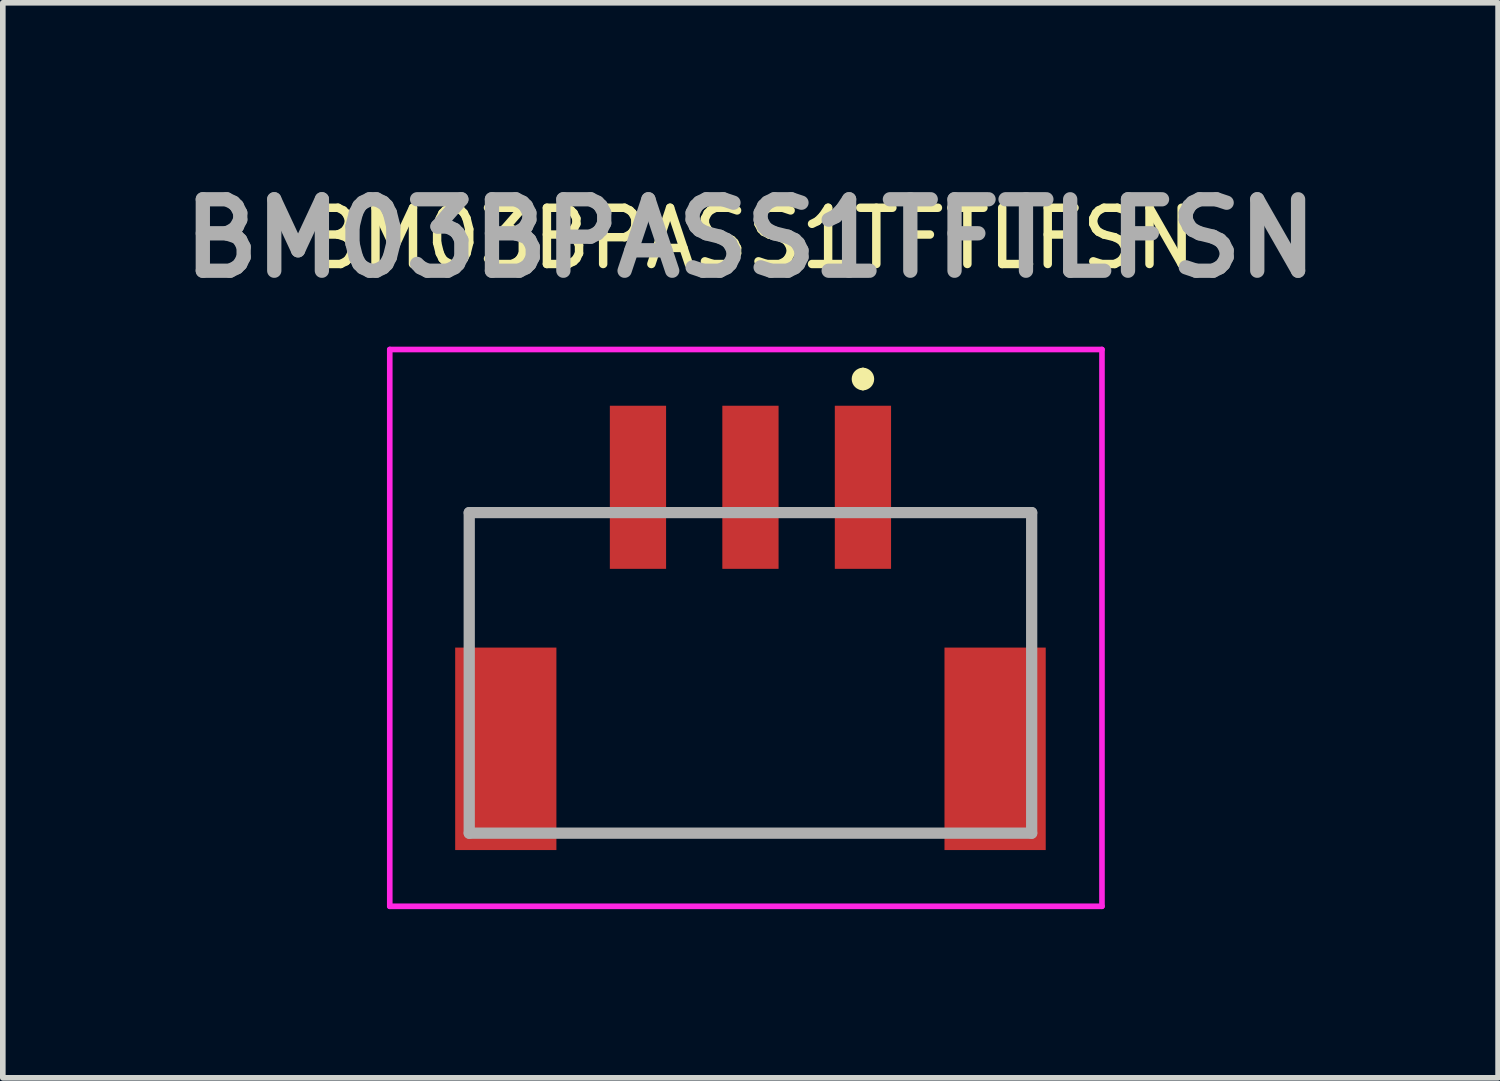
<source format=kicad_pcb>
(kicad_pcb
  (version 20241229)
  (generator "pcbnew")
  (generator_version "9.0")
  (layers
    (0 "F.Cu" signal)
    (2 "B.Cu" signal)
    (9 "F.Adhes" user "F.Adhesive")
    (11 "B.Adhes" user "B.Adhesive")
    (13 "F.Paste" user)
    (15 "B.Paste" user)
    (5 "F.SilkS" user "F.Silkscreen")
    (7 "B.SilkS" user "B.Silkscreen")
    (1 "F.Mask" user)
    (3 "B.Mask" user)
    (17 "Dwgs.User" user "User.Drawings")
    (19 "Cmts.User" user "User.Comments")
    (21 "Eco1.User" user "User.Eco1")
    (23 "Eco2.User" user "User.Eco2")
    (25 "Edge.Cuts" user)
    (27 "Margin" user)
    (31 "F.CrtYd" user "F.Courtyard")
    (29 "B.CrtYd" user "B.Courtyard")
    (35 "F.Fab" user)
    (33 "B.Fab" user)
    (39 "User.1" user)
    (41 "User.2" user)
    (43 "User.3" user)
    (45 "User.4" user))
  (footprint "BM03BPASS1TFTLFSN"
    (layer "F.Cu")
    (at 10.293 8.689)
    (property "Reference" "BM03BPASS1TFTLFSN" (at 0 -7.5 0) (layer "F.SilkS") (effects (font (size 1 1) (thickness 0.15))))
    (attr through_hole)
    (fp_line (start -2.5 3.075) (end 2.5 3.075) (stroke (width 0.1) (type solid)) (layer "F.SilkS"))
    (fp_line (start 2 -5.1) (end 2 -5.1) (stroke (width 0.2) (type solid)) (layer "F.SilkS"))
    (fp_line (start 2 -4.9) (end 2 -4.9) (stroke (width 0.2) (type solid)) (layer "F.SilkS"))
    (fp_line (start 3 -2.625) (end 5 -2.625) (stroke (width 0.1) (type solid)) (layer "F.SilkS"))
    (fp_line (start 5 -2.625) (end 5 -0.925) (stroke (width 0.1) (type solid)) (layer "F.SilkS"))
    (fp_arc (start 2 -5.1) (mid 2.1 -5) (end 2 -4.9) (stroke (width 0.2) (type solid)) (layer "F.SilkS"))
    (fp_arc (start 2 -4.9) (mid 1.9 -5) (end 2 -5.1) (stroke (width 0.2) (type solid)) (layer "F.SilkS"))
    (fp_line (start -6.413 -5.525) (end 6.25 -5.525) (stroke (width 0.1) (type solid)) (layer "F.CrtYd"))
    (fp_line (start -6.413 4.375) (end -6.413 -5.525) (stroke (width 0.1) (type solid)) (layer "F.CrtYd"))
    (fp_line (start 6.25 -5.525) (end 6.25 4.375) (stroke (width 0.1) (type solid)) (layer "F.CrtYd"))
    (fp_line (start 6.25 4.375) (end -6.413 4.375) (stroke (width 0.1) (type solid)) (layer "F.CrtYd"))
    (fp_line (start -5 -2.625) (end 5 -2.625) (stroke (width 0.2) (type solid)) (layer "F.Fab"))
    (fp_line (start -5 3.075) (end -5 -2.625) (stroke (width 0.2) (type solid)) (layer "F.Fab"))
    (fp_line (start 5 -2.625) (end 5 3.075) (stroke (width 0.2) (type solid)) (layer "F.Fab"))
    (fp_line (start 5 3.075) (end -5 3.075) (stroke (width 0.2) (type solid)) (layer "F.Fab"))
    (fp_text user "${REFERENCE}" (at 0 -7.5 0) (layer "F.Fab") (effects (font (size 1.27 1.27) (thickness 0.254))))
    (pad "" np_thru_hole circle (at -4.25 -1.825) (size 0.001 0.001) (drill 2.326) (layers "*.Cu" "*.Mask"))
    (pad "" np_thru_hole circle (at 4.2 -1.825) (size 0.001 0.001) (drill 0.9) (layers "*.Cu" "*.Mask"))
    (pad "1" smd rect (at 2 -3.075) (size 1 2.9) (layers "F.Cu" "F.Mask" "F.Paste"))
    (pad "2" smd rect (at 0 -3.075) (size 1 2.9) (layers "F.Cu" "F.Mask" "F.Paste"))
    (pad "3" smd rect (at -2 -3.075) (size 1 2.9) (layers "F.Cu" "F.Mask" "F.Paste"))
    (pad "MP1" smd rect (at -4.35 1.575) (size 1.8 3.6) (layers "F.Cu" "F.Mask" "F.Paste"))
    (pad "MP2" smd rect (at 4.35 1.575) (size 1.8 3.6) (layers "F.Cu" "F.Mask" "F.Paste")))
  (gr_rect
    (start -3 -3)
    (end 23.586 16.114)
    (stroke (width 0.1) (type default))
    (fill no)
    (layer "Edge.Cuts")))
</source>
